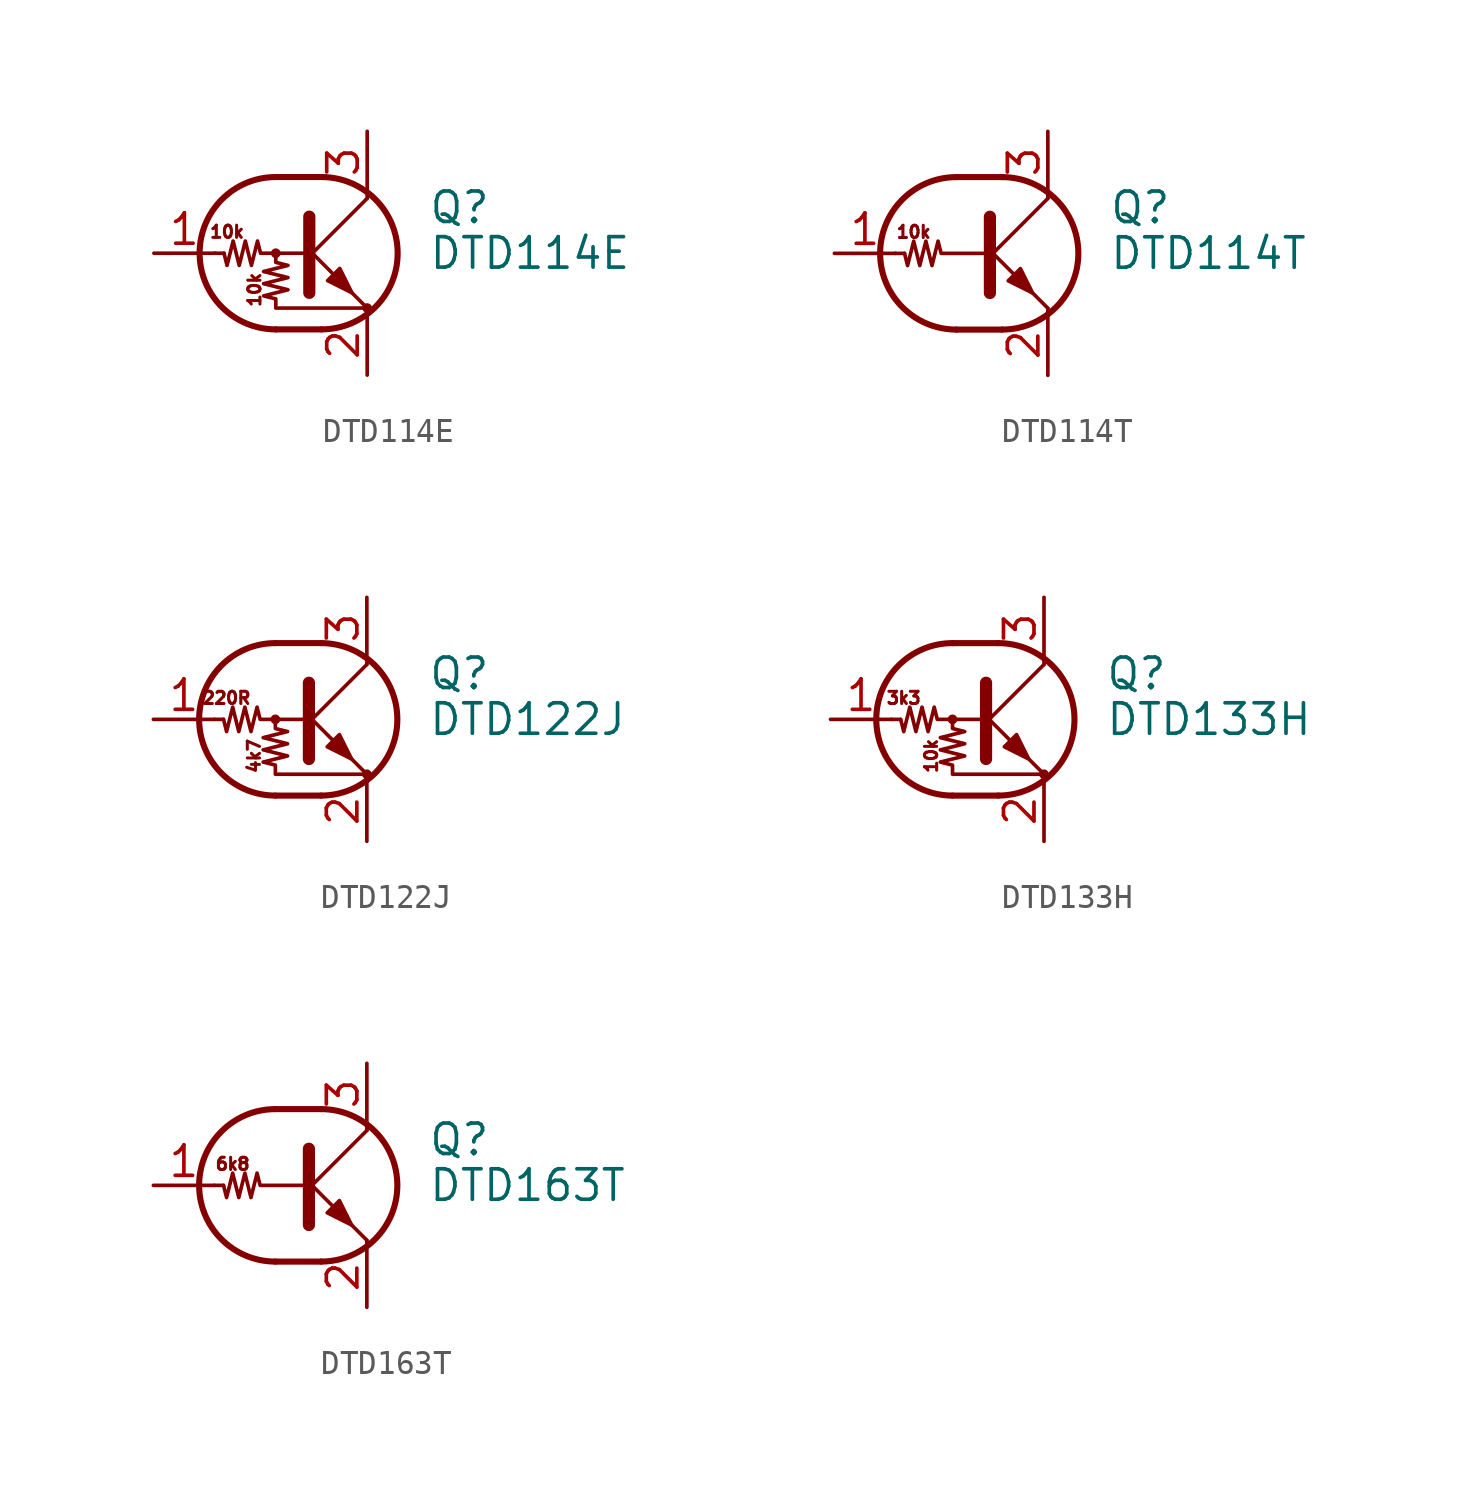
<source format=kicad_sym>
(kicad_symbol_lib
  (version 20201005)
  (generator kicad_symbol_editor)
  (symbol "DTD114E"
    (pin_names
      (offset 0) hide)
    (property "Reference" "Q"
      (at 5.08 1.905 0)
      (effects (font (size 1.27 1.27)) (justify left)))
    (property "Value" "DTD114E"
      (at 5.08 0 0)
      (effects (font (size 1.27 1.27)) (justify left)))
    (symbol "DTD114E_0_0"
      (text "10k" (at -3.302 0.889 0) (effects (font (size 0.508 0.508))))
      (text "10k" (at -2.159 -1.524 900) (effects (font (size 0.508 0.508)))))
    (symbol "DTD114E_0_1"
      (arc (start -1.27 3.175) (end -1.27 -3.175) (radius (at -1.27 0) (length 3.175) (angles 90.1 -90.1)) (stroke (width 0.254)) (fill (type none)))
      (arc (start 0.635 -3.175) (end 0.635 3.175) (radius (at 0.635 0) (length 3.175) (angles -89.9 89.9)) (stroke (width 0.254)) (fill (type none)))
      (circle (center -1.27 0) (radius 0.127) (stroke (width 0)) (fill (type none)))
      (circle (center 2.54 -2.286) (radius 0.127) (stroke (width 0)) (fill (type none)))
      (polyline (pts (xy -3.429 0) (xy -3.81 0)) (stroke (width 0)) (fill (type none)))
      (polyline (pts (xy -1.27 -3.175) (xy 0.635 -3.175)) (stroke (width 0.254)) (fill (type none)))
      (polyline (pts (xy -1.27 3.175) (xy 0.635 3.175)) (stroke (width 0.254)) (fill (type none)))
      (polyline (pts (xy 0 -0.254) (xy 2.54 2.286)) (stroke (width 0)) (fill (type none)))
      (polyline (pts (xy 0.127 1.524) (xy 0.127 -1.651)) (stroke (width 0.508)) (fill (type outline)))
      (polyline (pts (xy 2.54 2.286) (xy 2.54 2.54)) (stroke (width 0)) (fill (type none)))
      (polyline (pts (xy 2.54 -2.286) (xy 0 0.254) (xy 0 0.254)) (stroke (width 0)) (fill (type none)))
      (polyline (pts (xy 0.889 -1.143) (xy 1.397 -0.635) (xy 1.905 -1.651) (xy 0.889 -1.143)) (stroke (width 0)) (fill (type outline)))
      (polyline (pts (xy 0 0) (xy -1.905 0) (xy -2.032 0.508) (xy -2.286 -0.508) (xy -2.54 0.508) (xy -2.794 -0.508) (xy -3.048 0.508) (xy -3.302 -0.508) (xy -3.429 0)) (stroke (width 0)) (fill (type none)))
      (polyline (pts (xy -1.27 0) (xy -1.27 -0.381) (xy -0.762 -0.508) (xy -1.778 -0.762) (xy -0.762 -1.016) (xy -1.778 -1.27) (xy -0.762 -1.524) (xy -1.778 -1.778) (xy -1.27 -1.905) (xy -1.27 -2.286) (xy 2.54 -2.286)) (stroke (width 0)) (fill (type none))))
    (symbol "DTD114E_1_1"
      (pin input line (at -6.35 0 0) (length 2.54) (name "B" (effects (font (size 1.27 1.27)))) (number "1" (effects (font (size 1.27 1.27)))))
      (pin passive line (at 2.54 -5.08 90) (length 2.54) (name "E" (effects (font (size 1.27 1.27)))) (number "2" (effects (font (size 1.27 1.27)))))
      (pin passive line (at 2.54 5.08 270) (length 2.54) (name "C" (effects (font (size 1.27 1.27)))) (number "3" (effects (font (size 1.27 1.27)))))))
  (symbol "DTD114T"
    (pin_names
      (offset 0) hide)
    (property "Reference" "Q"
      (at 5.08 1.905 0)
      (effects (font (size 1.27 1.27)) (justify left)))
    (property "Value" "DTD114T"
      (at 5.08 0 0)
      (effects (font (size 1.27 1.27)) (justify left)))
    (symbol "DTD114T_0_0"
      (text "10k" (at -3.048 0.889 0) (effects (font (size 0.508 0.508))))
      (polyline (pts (xy 2.54 -2.286) (xy 2.54 -2.54)) (stroke (width 0)) (fill (type none))))
    (symbol "DTD114T_0_1"
      (arc (start -1.27 3.175) (end -1.27 -3.175) (radius (at -1.27 0) (length 3.175) (angles 90.1 -90.1)) (stroke (width 0.254)) (fill (type none)))
      (arc (start 0.635 -3.175) (end 0.635 3.175) (radius (at 0.635 0) (length 3.175) (angles -89.9 89.9)) (stroke (width 0.254)) (fill (type none)))
      (polyline (pts (xy -3.429 0) (xy -3.81 0)) (stroke (width 0)) (fill (type none)))
      (polyline (pts (xy -1.27 -3.175) (xy 0.635 -3.175)) (stroke (width 0.254)) (fill (type none)))
      (polyline (pts (xy -1.27 3.175) (xy 0.635 3.175)) (stroke (width 0.254)) (fill (type none)))
      (polyline (pts (xy 0 -0.254) (xy 2.54 2.286)) (stroke (width 0)) (fill (type none)))
      (polyline (pts (xy 0.127 1.524) (xy 0.127 -1.651)) (stroke (width 0.508)) (fill (type outline)))
      (polyline (pts (xy 2.54 2.286) (xy 2.54 2.54)) (stroke (width 0)) (fill (type none)))
      (polyline (pts (xy 2.54 -2.286) (xy 0 0.254) (xy 0 0.254)) (stroke (width 0)) (fill (type none)))
      (polyline (pts (xy 0.889 -1.143) (xy 1.397 -0.635) (xy 1.905 -1.651) (xy 0.889 -1.143)) (stroke (width 0)) (fill (type outline)))
      (polyline (pts (xy 0 0) (xy -1.905 0) (xy -2.032 0.508) (xy -2.286 -0.508) (xy -2.54 0.508) (xy -2.794 -0.508) (xy -3.048 0.508) (xy -3.302 -0.508) (xy -3.429 0)) (stroke (width 0)) (fill (type none))))
    (symbol "DTD114T_1_1"
      (pin input line (at -6.35 0 0) (length 2.54) (name "B" (effects (font (size 1.27 1.27)))) (number "1" (effects (font (size 1.27 1.27)))))
      (pin passive line (at 2.54 -5.08 90) (length 2.54) (name "E" (effects (font (size 1.27 1.27)))) (number "2" (effects (font (size 1.27 1.27)))))
      (pin passive line (at 2.54 5.08 270) (length 2.54) (name "C" (effects (font (size 1.27 1.27)))) (number "3" (effects (font (size 1.27 1.27)))))))
  (symbol "DTD122J"
    (pin_names
      (offset 0) hide)
    (property "Reference" "Q"
      (at 5.08 1.905 0)
      (effects (font (size 1.27 1.27)) (justify left)))
    (property "Value" "DTD122J"
      (at 5.08 0 0)
      (effects (font (size 1.27 1.27)) (justify left)))
    (symbol "DTD122J_0_0"
      (text "220R" (at -3.302 0.889 0) (effects (font (size 0.508 0.508))))
      (text "4k7" (at -2.159 -1.524 900) (effects (font (size 0.508 0.508)))))
    (symbol "DTD122J_0_1"
      (arc (start -1.27 3.175) (end -1.27 -3.175) (radius (at -1.27 0) (length 3.175) (angles 90.1 -90.1)) (stroke (width 0.254)) (fill (type none)))
      (arc (start 0.635 -3.175) (end 0.635 3.175) (radius (at 0.635 0) (length 3.175) (angles -89.9 89.9)) (stroke (width 0.254)) (fill (type none)))
      (circle (center -1.27 0) (radius 0.127) (stroke (width 0)) (fill (type none)))
      (circle (center 2.54 -2.286) (radius 0.127) (stroke (width 0)) (fill (type none)))
      (polyline (pts (xy -3.429 0) (xy -3.81 0)) (stroke (width 0)) (fill (type none)))
      (polyline (pts (xy -1.27 -3.175) (xy 0.635 -3.175)) (stroke (width 0.254)) (fill (type none)))
      (polyline (pts (xy -1.27 3.175) (xy 0.635 3.175)) (stroke (width 0.254)) (fill (type none)))
      (polyline (pts (xy 0 -0.254) (xy 2.54 2.286)) (stroke (width 0)) (fill (type none)))
      (polyline (pts (xy 0.127 1.524) (xy 0.127 -1.651)) (stroke (width 0.508)) (fill (type outline)))
      (polyline (pts (xy 2.54 2.286) (xy 2.54 2.54)) (stroke (width 0)) (fill (type none)))
      (polyline (pts (xy 2.54 -2.286) (xy 0 0.254) (xy 0 0.254)) (stroke (width 0)) (fill (type none)))
      (polyline (pts (xy 0.889 -1.143) (xy 1.397 -0.635) (xy 1.905 -1.651) (xy 0.889 -1.143)) (stroke (width 0)) (fill (type outline)))
      (polyline (pts (xy 0 0) (xy -1.905 0) (xy -2.032 0.508) (xy -2.286 -0.508) (xy -2.54 0.508) (xy -2.794 -0.508) (xy -3.048 0.508) (xy -3.302 -0.508) (xy -3.429 0)) (stroke (width 0)) (fill (type none)))
      (polyline (pts (xy -1.27 0) (xy -1.27 -0.381) (xy -0.762 -0.508) (xy -1.778 -0.762) (xy -0.762 -1.016) (xy -1.778 -1.27) (xy -0.762 -1.524) (xy -1.778 -1.778) (xy -1.27 -1.905) (xy -1.27 -2.286) (xy 2.54 -2.286)) (stroke (width 0)) (fill (type none))))
    (symbol "DTD122J_1_1"
      (pin input line (at -6.35 0 0) (length 2.54) (name "B" (effects (font (size 1.27 1.27)))) (number "1" (effects (font (size 1.27 1.27)))))
      (pin passive line (at 2.54 -5.08 90) (length 2.54) (name "E" (effects (font (size 1.27 1.27)))) (number "2" (effects (font (size 1.27 1.27)))))
      (pin passive line (at 2.54 5.08 270) (length 2.54) (name "C" (effects (font (size 1.27 1.27)))) (number "3" (effects (font (size 1.27 1.27)))))))
  (symbol "DTD133H"
    (pin_names
      (offset 0) hide)
    (property "Reference" "Q"
      (at 5.08 1.905 0)
      (effects (font (size 1.27 1.27)) (justify left)))
    (property "Value" "DTD133H"
      (at 5.08 0 0)
      (effects (font (size 1.27 1.27)) (justify left)))
    (symbol "DTD133H_0_0"
      (text "10k" (at -2.159 -1.524 900) (effects (font (size 0.508 0.508))))
      (text "3k3" (at -3.302 0.889 0) (effects (font (size 0.508 0.508)))))
    (symbol "DTD133H_0_1"
      (arc (start -1.27 3.175) (end -1.27 -3.175) (radius (at -1.27 0) (length 3.175) (angles 90.1 -90.1)) (stroke (width 0.254)) (fill (type none)))
      (arc (start 0.635 -3.175) (end 0.635 3.175) (radius (at 0.635 0) (length 3.175) (angles -89.9 89.9)) (stroke (width 0.254)) (fill (type none)))
      (circle (center -1.27 0) (radius 0.127) (stroke (width 0)) (fill (type none)))
      (circle (center 2.54 -2.286) (radius 0.127) (stroke (width 0)) (fill (type none)))
      (polyline (pts (xy -3.429 0) (xy -3.81 0)) (stroke (width 0)) (fill (type none)))
      (polyline (pts (xy -1.27 -3.175) (xy 0.635 -3.175)) (stroke (width 0.254)) (fill (type none)))
      (polyline (pts (xy -1.27 3.175) (xy 0.635 3.175)) (stroke (width 0.254)) (fill (type none)))
      (polyline (pts (xy 0 -0.254) (xy 2.54 2.286)) (stroke (width 0)) (fill (type none)))
      (polyline (pts (xy 0.127 1.524) (xy 0.127 -1.651)) (stroke (width 0.508)) (fill (type outline)))
      (polyline (pts (xy 2.54 2.286) (xy 2.54 2.54)) (stroke (width 0)) (fill (type none)))
      (polyline (pts (xy 2.54 -2.286) (xy 0 0.254) (xy 0 0.254)) (stroke (width 0)) (fill (type none)))
      (polyline (pts (xy 0.889 -1.143) (xy 1.397 -0.635) (xy 1.905 -1.651) (xy 0.889 -1.143)) (stroke (width 0)) (fill (type outline)))
      (polyline (pts (xy 0 0) (xy -1.905 0) (xy -2.032 0.508) (xy -2.286 -0.508) (xy -2.54 0.508) (xy -2.794 -0.508) (xy -3.048 0.508) (xy -3.302 -0.508) (xy -3.429 0)) (stroke (width 0)) (fill (type none)))
      (polyline (pts (xy -1.27 0) (xy -1.27 -0.381) (xy -0.762 -0.508) (xy -1.778 -0.762) (xy -0.762 -1.016) (xy -1.778 -1.27) (xy -0.762 -1.524) (xy -1.778 -1.778) (xy -1.27 -1.905) (xy -1.27 -2.286) (xy 2.54 -2.286)) (stroke (width 0)) (fill (type none))))
    (symbol "DTD133H_1_1"
      (pin input line (at -6.35 0 0) (length 2.54) (name "B" (effects (font (size 1.27 1.27)))) (number "1" (effects (font (size 1.27 1.27)))))
      (pin passive line (at 2.54 -5.08 90) (length 2.54) (name "E" (effects (font (size 1.27 1.27)))) (number "2" (effects (font (size 1.27 1.27)))))
      (pin passive line (at 2.54 5.08 270) (length 2.54) (name "C" (effects (font (size 1.27 1.27)))) (number "3" (effects (font (size 1.27 1.27)))))))
  (symbol "DTD163T"
    (pin_names
      (offset 0) hide)
    (property "Reference" "Q"
      (at 5.08 1.905 0)
      (effects (font (size 1.27 1.27)) (justify left)))
    (property "Value" "DTD163T"
      (at 5.08 0 0)
      (effects (font (size 1.27 1.27)) (justify left)))
    (symbol "DTD163T_0_0"
      (text "6k8" (at -3.048 0.889 0) (effects (font (size 0.508 0.508))))
      (polyline (pts (xy 2.54 -2.286) (xy 2.54 -2.54)) (stroke (width 0)) (fill (type none))))
    (symbol "DTD163T_0_1"
      (arc (start -1.27 3.175) (end -1.27 -3.175) (radius (at -1.27 0) (length 3.175) (angles 90.1 -90.1)) (stroke (width 0.254)) (fill (type none)))
      (arc (start 0.635 -3.175) (end 0.635 3.175) (radius (at 0.635 0) (length 3.175) (angles -89.9 89.9)) (stroke (width 0.254)) (fill (type none)))
      (polyline (pts (xy -3.429 0) (xy -3.81 0)) (stroke (width 0)) (fill (type none)))
      (polyline (pts (xy -1.27 -3.175) (xy 0.635 -3.175)) (stroke (width 0.254)) (fill (type none)))
      (polyline (pts (xy -1.27 3.175) (xy 0.635 3.175)) (stroke (width 0.254)) (fill (type none)))
      (polyline (pts (xy 0 -0.254) (xy 2.54 2.286)) (stroke (width 0)) (fill (type none)))
      (polyline (pts (xy 0.127 1.524) (xy 0.127 -1.651)) (stroke (width 0.508)) (fill (type outline)))
      (polyline (pts (xy 2.54 2.286) (xy 2.54 2.54)) (stroke (width 0)) (fill (type none)))
      (polyline (pts (xy 2.54 -2.286) (xy 0 0.254) (xy 0 0.254)) (stroke (width 0)) (fill (type none)))
      (polyline (pts (xy 0.889 -1.143) (xy 1.397 -0.635) (xy 1.905 -1.651) (xy 0.889 -1.143)) (stroke (width 0)) (fill (type outline)))
      (polyline (pts (xy 0 0) (xy -1.905 0) (xy -2.032 0.508) (xy -2.286 -0.508) (xy -2.54 0.508) (xy -2.794 -0.508) (xy -3.048 0.508) (xy -3.302 -0.508) (xy -3.429 0)) (stroke (width 0)) (fill (type none))))
    (symbol "DTD163T_1_1"
      (pin input line (at -6.35 0 0) (length 2.54) (name "B" (effects (font (size 1.27 1.27)))) (number "1" (effects (font (size 1.27 1.27)))))
      (pin passive line (at 2.54 -5.08 90) (length 2.54) (name "E" (effects (font (size 1.27 1.27)))) (number "2" (effects (font (size 1.27 1.27)))))
      (pin passive line (at 2.54 5.08 270) (length 2.54) (name "C" (effects (font (size 1.27 1.27)))) (number "3" (effects (font (size 1.27 1.27))))))))
</source>
